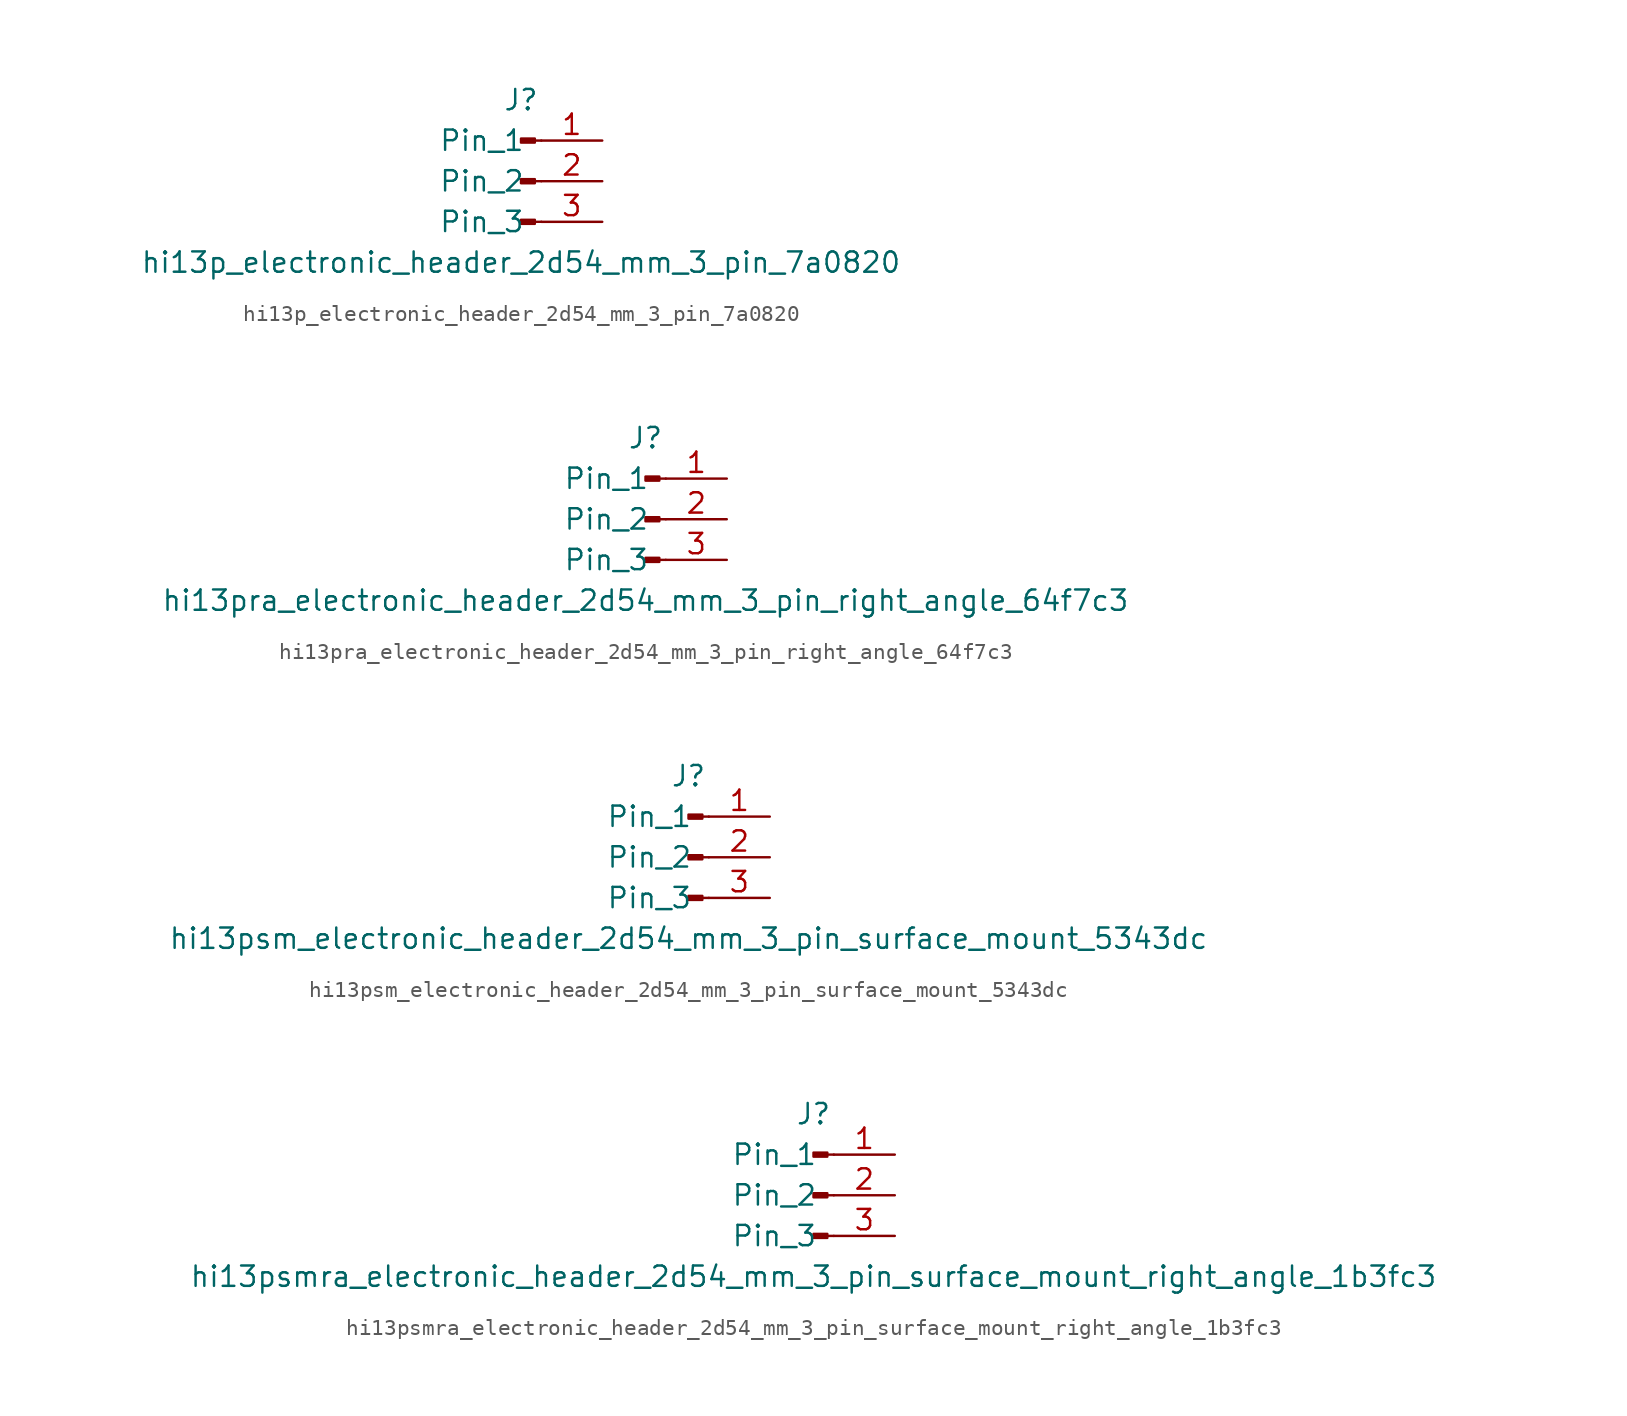
<source format=kicad_sym>
(kicad_symbol_lib
  (version 20220914)
  (generator kicad_symbol_editor)
  (symbol "hi13p_electronic_header_2d54_mm_3_pin_7a0820"
    (pin_names
      (offset 1.016))
    (property "Reference" "J"
      (at 0 5.08 0)
      (effects (font (size 1.27 1.27))))
    (property "Value" "hi13p_electronic_header_2d54_mm_3_pin_7a0820"
      (at 0 -5.08 0)
      (effects (font (size 1.27 1.27))))
    (property "ki_locked" ""
      (at 0 0 0)
      (effects (font (size 1.27 1.27))))
    (symbol "hi13p_electronic_header_2d54_mm_3_pin_7a0820_1_1"
      (polyline (pts (xy 1.27 -2.54) (xy 0.864 -2.54)) (stroke (width 0.152) (type default)) (fill (type none)))
      (polyline (pts (xy 1.27 0) (xy 0.864 0)) (stroke (width 0.152) (type default)) (fill (type none)))
      (polyline (pts (xy 1.27 2.54) (xy 0.864 2.54)) (stroke (width 0.152) (type default)) (fill (type none)))
      (rectangle (start 0.864 -2.413) (end 0 -2.667) (stroke (width 0.152) (type default)) (fill (type outline)))
      (rectangle (start 0.864 0.127) (end 0 -0.127) (stroke (width 0.152) (type default)) (fill (type outline)))
      (rectangle (start 0.864 2.667) (end 0 2.413) (stroke (width 0.152) (type default)) (fill (type outline)))
      (pin passive line (at 5.08 2.54 180) (length 3.81) (name "Pin_1" (effects (font (size 1.27 1.27)))) (number "1" (effects (font (size 1.27 1.27)))))
      (pin passive line (at 5.08 0 180) (length 3.81) (name "Pin_2" (effects (font (size 1.27 1.27)))) (number "2" (effects (font (size 1.27 1.27)))))
      (pin passive line (at 5.08 -2.54 180) (length 3.81) (name "Pin_3" (effects (font (size 1.27 1.27)))) (number "3" (effects (font (size 1.27 1.27)))))))
  (symbol "hi13pra_electronic_header_2d54_mm_3_pin_right_angle_64f7c3"
    (pin_names
      (offset 1.016))
    (property "Reference" "J"
      (at 0 5.08 0)
      (effects (font (size 1.27 1.27))))
    (property "Value" "hi13pra_electronic_header_2d54_mm_3_pin_right_angle_64f7c3"
      (at 0 -5.08 0)
      (effects (font (size 1.27 1.27))))
    (property "ki_locked" ""
      (at 0 0 0)
      (effects (font (size 1.27 1.27))))
    (symbol "hi13pra_electronic_header_2d54_mm_3_pin_right_angle_64f7c3_1_1"
      (polyline (pts (xy 1.27 -2.54) (xy 0.864 -2.54)) (stroke (width 0.152) (type default)) (fill (type none)))
      (polyline (pts (xy 1.27 0) (xy 0.864 0)) (stroke (width 0.152) (type default)) (fill (type none)))
      (polyline (pts (xy 1.27 2.54) (xy 0.864 2.54)) (stroke (width 0.152) (type default)) (fill (type none)))
      (rectangle (start 0.864 -2.413) (end 0 -2.667) (stroke (width 0.152) (type default)) (fill (type outline)))
      (rectangle (start 0.864 0.127) (end 0 -0.127) (stroke (width 0.152) (type default)) (fill (type outline)))
      (rectangle (start 0.864 2.667) (end 0 2.413) (stroke (width 0.152) (type default)) (fill (type outline)))
      (pin passive line (at 5.08 2.54 180) (length 3.81) (name "Pin_1" (effects (font (size 1.27 1.27)))) (number "1" (effects (font (size 1.27 1.27)))))
      (pin passive line (at 5.08 0 180) (length 3.81) (name "Pin_2" (effects (font (size 1.27 1.27)))) (number "2" (effects (font (size 1.27 1.27)))))
      (pin passive line (at 5.08 -2.54 180) (length 3.81) (name "Pin_3" (effects (font (size 1.27 1.27)))) (number "3" (effects (font (size 1.27 1.27)))))))
  (symbol "hi13psm_electronic_header_2d54_mm_3_pin_surface_mount_5343dc"
    (pin_names
      (offset 1.016))
    (property "Reference" "J"
      (at 0 5.08 0)
      (effects (font (size 1.27 1.27))))
    (property "Value" "hi13psm_electronic_header_2d54_mm_3_pin_surface_mount_5343dc"
      (at 0 -5.08 0)
      (effects (font (size 1.27 1.27))))
    (property "ki_locked" ""
      (at 0 0 0)
      (effects (font (size 1.27 1.27))))
    (symbol "hi13psm_electronic_header_2d54_mm_3_pin_surface_mount_5343dc_1_1"
      (polyline (pts (xy 1.27 -2.54) (xy 0.864 -2.54)) (stroke (width 0.152) (type default)) (fill (type none)))
      (polyline (pts (xy 1.27 0) (xy 0.864 0)) (stroke (width 0.152) (type default)) (fill (type none)))
      (polyline (pts (xy 1.27 2.54) (xy 0.864 2.54)) (stroke (width 0.152) (type default)) (fill (type none)))
      (rectangle (start 0.864 -2.413) (end 0 -2.667) (stroke (width 0.152) (type default)) (fill (type outline)))
      (rectangle (start 0.864 0.127) (end 0 -0.127) (stroke (width 0.152) (type default)) (fill (type outline)))
      (rectangle (start 0.864 2.667) (end 0 2.413) (stroke (width 0.152) (type default)) (fill (type outline)))
      (pin passive line (at 5.08 2.54 180) (length 3.81) (name "Pin_1" (effects (font (size 1.27 1.27)))) (number "1" (effects (font (size 1.27 1.27)))))
      (pin passive line (at 5.08 0 180) (length 3.81) (name "Pin_2" (effects (font (size 1.27 1.27)))) (number "2" (effects (font (size 1.27 1.27)))))
      (pin passive line (at 5.08 -2.54 180) (length 3.81) (name "Pin_3" (effects (font (size 1.27 1.27)))) (number "3" (effects (font (size 1.27 1.27)))))))
  (symbol "hi13psmra_electronic_header_2d54_mm_3_pin_surface_mount_right_angle_1b3fc3"
    (pin_names
      (offset 1.016))
    (property "Reference" "J"
      (at 0 5.08 0)
      (effects (font (size 1.27 1.27))))
    (property "Value" "hi13psmra_electronic_header_2d54_mm_3_pin_surface_mount_right_angle_1b3fc3"
      (at 0 -5.08 0)
      (effects (font (size 1.27 1.27))))
    (property "ki_locked" ""
      (at 0 0 0)
      (effects (font (size 1.27 1.27))))
    (symbol "hi13psmra_electronic_header_2d54_mm_3_pin_surface_mount_right_angle_1b3fc3_1_1"
      (polyline (pts (xy 1.27 -2.54) (xy 0.864 -2.54)) (stroke (width 0.152) (type default)) (fill (type none)))
      (polyline (pts (xy 1.27 0) (xy 0.864 0)) (stroke (width 0.152) (type default)) (fill (type none)))
      (polyline (pts (xy 1.27 2.54) (xy 0.864 2.54)) (stroke (width 0.152) (type default)) (fill (type none)))
      (rectangle (start 0.864 -2.413) (end 0 -2.667) (stroke (width 0.152) (type default)) (fill (type outline)))
      (rectangle (start 0.864 0.127) (end 0 -0.127) (stroke (width 0.152) (type default)) (fill (type outline)))
      (rectangle (start 0.864 2.667) (end 0 2.413) (stroke (width 0.152) (type default)) (fill (type outline)))
      (pin passive line (at 5.08 2.54 180) (length 3.81) (name "Pin_1" (effects (font (size 1.27 1.27)))) (number "1" (effects (font (size 1.27 1.27)))))
      (pin passive line (at 5.08 0 180) (length 3.81) (name "Pin_2" (effects (font (size 1.27 1.27)))) (number "2" (effects (font (size 1.27 1.27)))))
      (pin passive line (at 5.08 -2.54 180) (length 3.81) (name "Pin_3" (effects (font (size 1.27 1.27)))) (number "3" (effects (font (size 1.27 1.27))))))))
</source>
